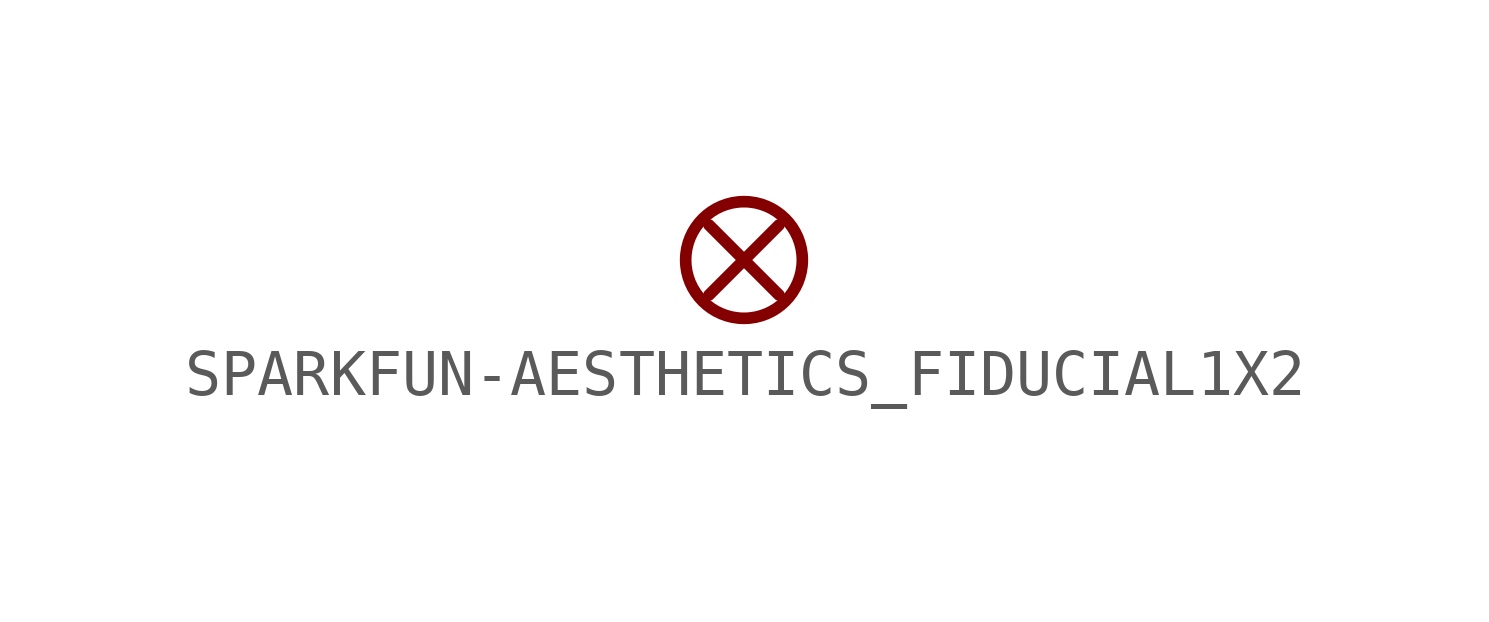
<source format=kicad_sym>
(kicad_symbol_lib
  (version 20241209)
  (generator "kicad_symbol_editor")
  (generator_version "9.0")
  (symbol "SPARKFUN-AESTHETICS_FIDUCIAL1X2"
    (property "Reference" "FD"
      (at 0 0 0)
      (effects (font (size 1.27 1.27)) (hide yes)))
    (property "ki_locked" ""
      (at 0 0 0)
      (effects (font (size 1.27 1.27))))
    (symbol "SPARKFUN-AESTHETICS_FIDUCIAL1X2_1_0"
      (polyline (pts (xy -0.762 0.762) (xy 0.762 -0.762)) (stroke (width 0.254) (type solid)) (fill (type none)))
      (circle (center 0 0) (radius 1.27) (stroke (width 0.254) (type solid)) (fill (type none)))
      (polyline (pts (xy 0.762 0.762) (xy -0.762 -0.762)) (stroke (width 0.254) (type solid)) (fill (type none))))))
</source>
